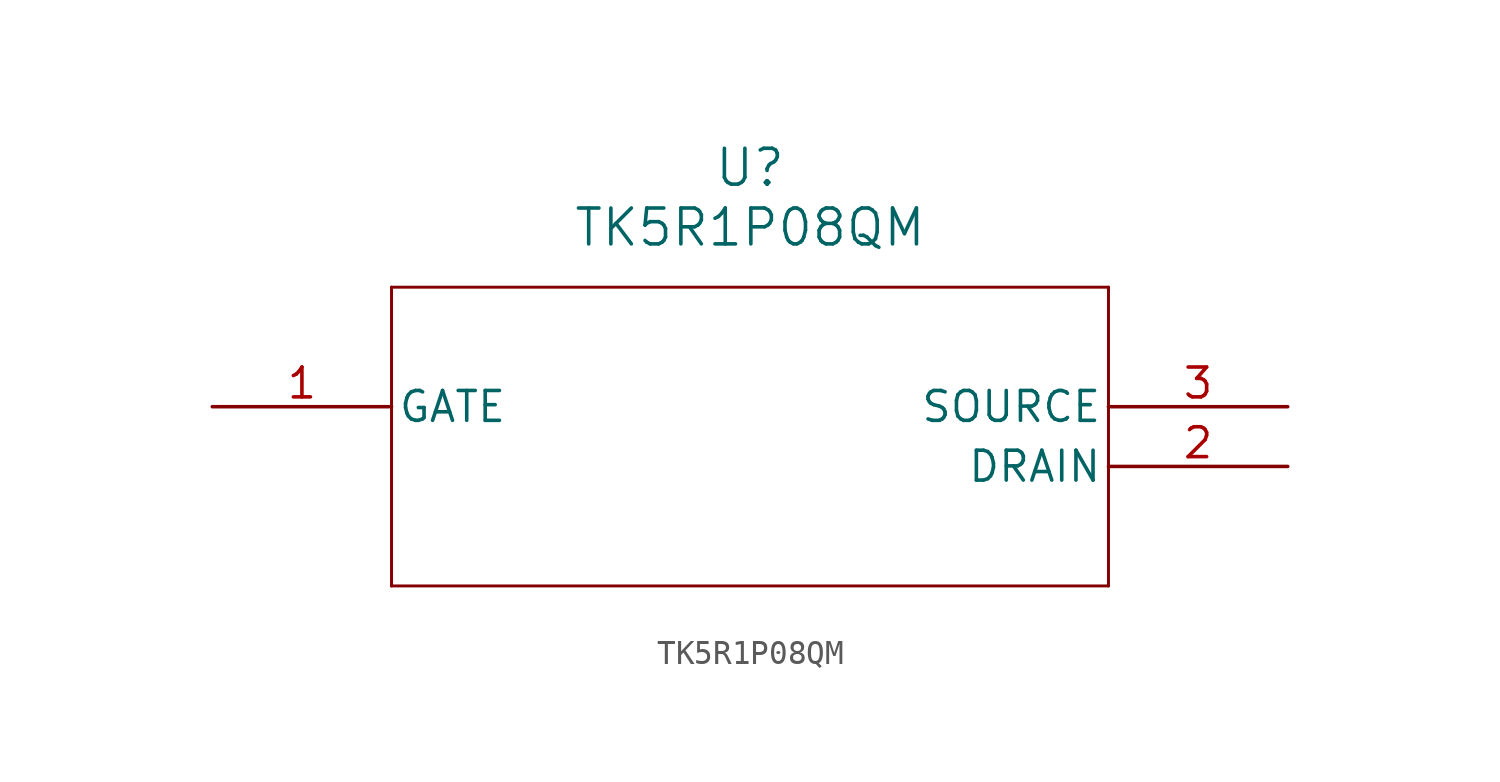
<source format=kicad_sym>
(kicad_symbol_lib
  (version 20211014)
  (generator kicad_symbol_editor)
  (symbol "TK5R1P08QM"
    (pin_names
      (offset 0.254))
    (property "Reference" "U"
      (at 22.86 10.16 0)
      (effects (font (size 1.524 1.524))))
    (property "Value" "TK5R1P08QM"
      (at 22.86 7.62 0)
      (effects (font (size 1.524 1.524))))
    (symbol "TK5R1P08QM_0_1"
      (polyline (pts (xy 7.62 5.08) (xy 7.62 -7.62)) (stroke (width 0.127) (type default) (color 0 0 0 0)) (fill (type none)))
      (polyline (pts (xy 7.62 -7.62) (xy 38.1 -7.62)) (stroke (width 0.127) (type default) (color 0 0 0 0)) (fill (type none)))
      (polyline (pts (xy 38.1 -7.62) (xy 38.1 5.08)) (stroke (width 0.127) (type default) (color 0 0 0 0)) (fill (type none)))
      (polyline (pts (xy 38.1 5.08) (xy 7.62 5.08)) (stroke (width 0.127) (type default) (color 0 0 0 0)) (fill (type none)))
      (pin unspecified line (at 0 0 0) (length 7.62) (name "GATE" (effects (font (size 1.27 1.27)))) (number "1" (effects (font (size 1.27 1.27)))))
      (pin unspecified line (at 45.72 -2.54 180) (length 7.62) (name "DRAIN" (effects (font (size 1.27 1.27)))) (number "2" (effects (font (size 1.27 1.27)))))
      (pin unspecified line (at 45.72 0 180) (length 7.62) (name "SOURCE" (effects (font (size 1.27 1.27)))) (number "3" (effects (font (size 1.27 1.27))))))))
</source>
